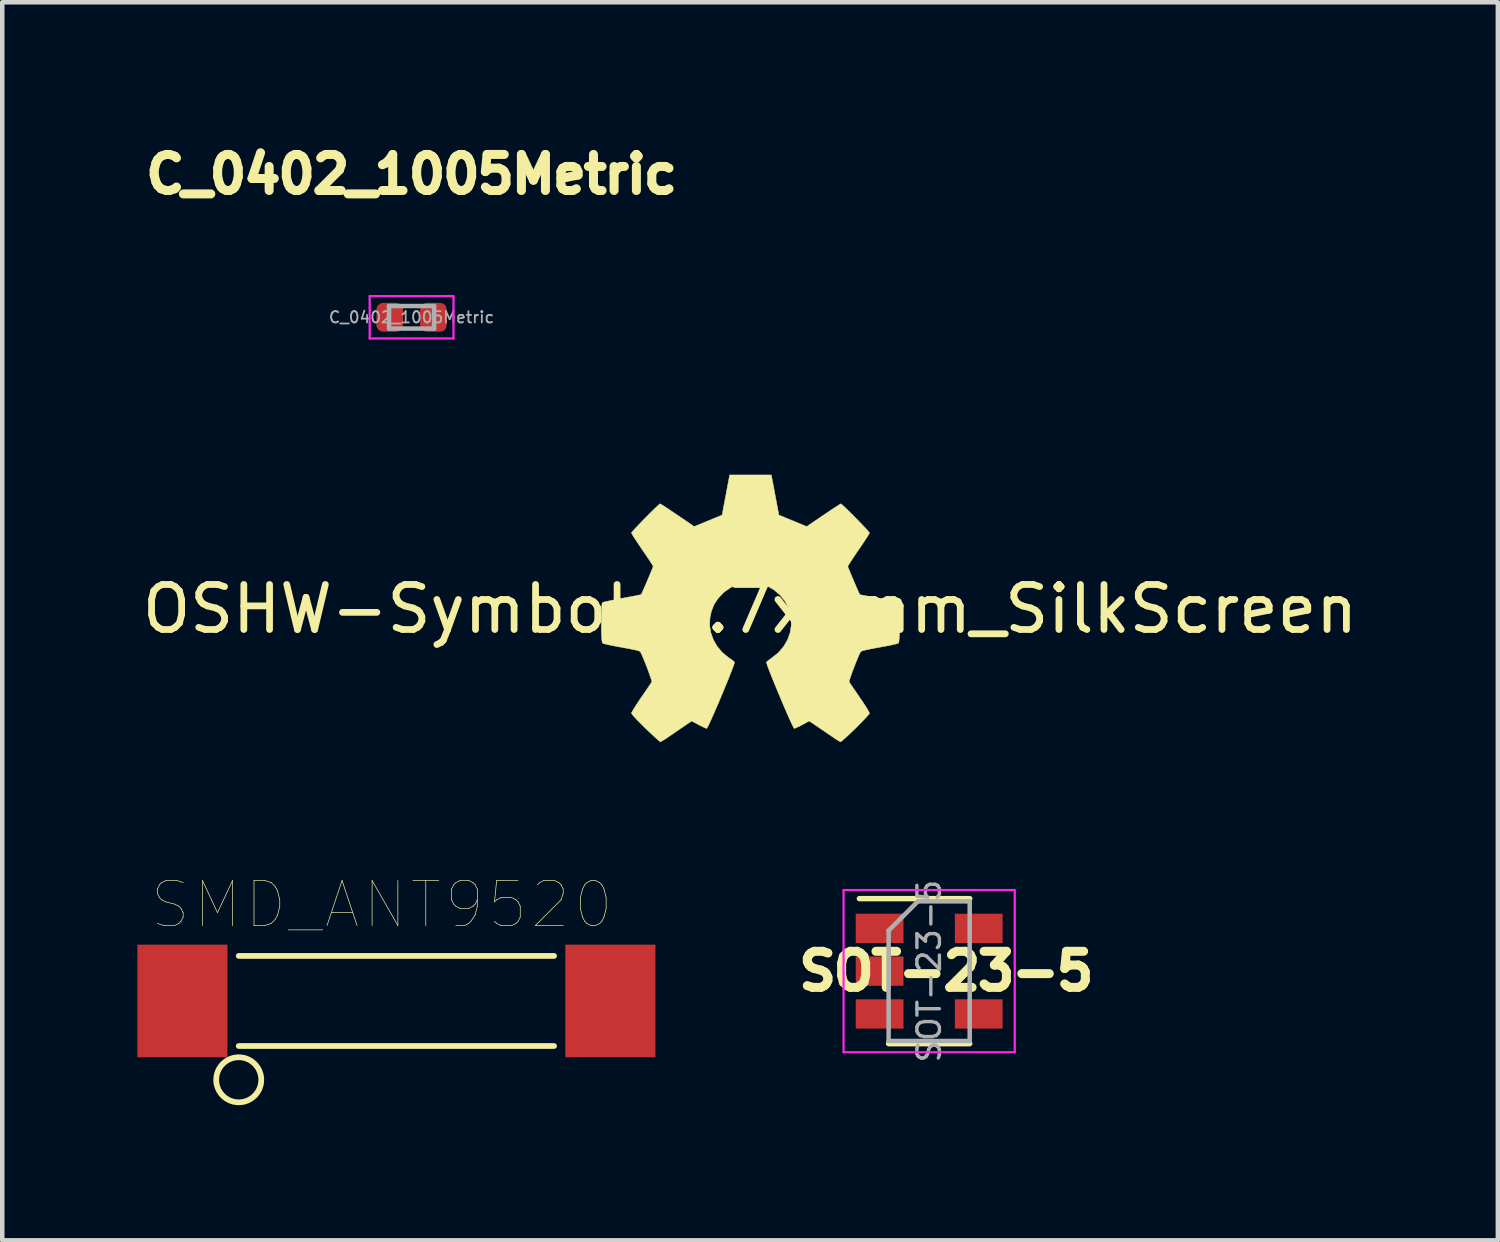
<source format=kicad_pcb>
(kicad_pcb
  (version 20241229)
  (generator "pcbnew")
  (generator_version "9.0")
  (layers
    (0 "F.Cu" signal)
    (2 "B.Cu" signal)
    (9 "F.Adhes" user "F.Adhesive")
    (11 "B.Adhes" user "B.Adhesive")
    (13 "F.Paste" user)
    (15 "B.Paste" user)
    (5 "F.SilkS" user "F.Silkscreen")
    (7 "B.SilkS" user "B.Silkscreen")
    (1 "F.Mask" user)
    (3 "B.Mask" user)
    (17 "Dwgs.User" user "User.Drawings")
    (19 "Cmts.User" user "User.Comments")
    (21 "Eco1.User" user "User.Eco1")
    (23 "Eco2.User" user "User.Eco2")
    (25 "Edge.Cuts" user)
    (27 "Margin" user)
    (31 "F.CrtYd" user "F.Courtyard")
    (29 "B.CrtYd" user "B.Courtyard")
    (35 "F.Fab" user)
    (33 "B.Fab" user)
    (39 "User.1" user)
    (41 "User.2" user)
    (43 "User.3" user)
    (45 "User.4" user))
  (footprint "SOT-23-5"
    (layer "F.Cu")
    (at 17.577 18.509)
    (property "Reference" "SOT-23-5" (at 0.381 0 180) (layer "F.SilkS") (effects (font (size 0.8 0.8) (thickness 0.2))))
    (attr smd)
    (fp_line (start -0.9 1.61) (end 0.9 1.61) (stroke (width 0.12) (type solid)) (layer "F.SilkS"))
    (fp_line (start 0.9 -1.61) (end -1.55 -1.61) (stroke (width 0.12) (type solid)) (layer "F.SilkS"))
    (fp_line (start -1.9 -1.8) (end 1.9 -1.8) (stroke (width 0.05) (type solid)) (layer "F.CrtYd"))
    (fp_line (start -1.9 1.8) (end -1.9 -1.8) (stroke (width 0.05) (type solid)) (layer "F.CrtYd"))
    (fp_line (start 1.9 -1.8) (end 1.9 1.8) (stroke (width 0.05) (type solid)) (layer "F.CrtYd"))
    (fp_line (start 1.9 1.8) (end -1.9 1.8) (stroke (width 0.05) (type solid)) (layer "F.CrtYd"))
    (fp_line (start -0.9 -0.9) (end -0.9 1.55) (stroke (width 0.1) (type solid)) (layer "F.Fab"))
    (fp_line (start -0.9 -0.9) (end -0.25 -1.55) (stroke (width 0.1) (type solid)) (layer "F.Fab"))
    (fp_line (start 0.9 -1.55) (end -0.25 -1.55) (stroke (width 0.1) (type solid)) (layer "F.Fab"))
    (fp_line (start 0.9 -1.55) (end 0.9 1.55) (stroke (width 0.1) (type solid)) (layer "F.Fab"))
    (fp_line (start 0.9 1.55) (end -0.9 1.55) (stroke (width 0.1) (type solid)) (layer "F.Fab"))
    (fp_text user "${REFERENCE}" (at 0 0 270) (layer "F.Fab") (effects (font (size 0.5 0.5) (thickness 0.075))))
    (pad "1" smd rect (at -1.1 -0.95) (size 1.06 0.65) (layers "F.Cu" "F.Mask" "F.Paste"))
    (pad "2" smd rect (at -1.1 0) (size 1.06 0.65) (layers "F.Cu" "F.Mask" "F.Paste"))
    (pad "3" smd rect (at -1.1 0.95) (size 1.06 0.65) (layers "F.Cu" "F.Mask" "F.Paste"))
    (pad "4" smd rect (at 1.1 0.95) (size 1.06 0.65) (layers "F.Cu" "F.Mask" "F.Paste"))
    (pad "5" smd rect (at 1.1 -0.95) (size 1.06 0.65) (layers "F.Cu" "F.Mask" "F.Paste")))
  (footprint "C_0402_1005Metric"
    (layer "F.Cu")
    (at 6.087 3.994)
    (property "Reference" "C_0402_1005Metric" (at 0 -3.175 180) (layer "F.SilkS") (effects (font (size 0.8 0.8) (thickness 0.2))))
    (attr smd)
    (fp_line (start -0.93 -0.47) (end 0.93 -0.47) (stroke (width 0.05) (type solid)) (layer "F.CrtYd"))
    (fp_line (start -0.93 0.47) (end -0.93 -0.47) (stroke (width 0.05) (type solid)) (layer "F.CrtYd"))
    (fp_line (start 0.93 -0.47) (end 0.93 0.47) (stroke (width 0.05) (type solid)) (layer "F.CrtYd"))
    (fp_line (start 0.93 0.47) (end -0.93 0.47) (stroke (width 0.05) (type solid)) (layer "F.CrtYd"))
    (fp_line (start -0.5 -0.25) (end 0.5 -0.25) (stroke (width 0.1) (type solid)) (layer "F.Fab"))
    (fp_line (start -0.5 0.25) (end -0.5 -0.25) (stroke (width 0.1) (type solid)) (layer "F.Fab"))
    (fp_line (start 0.5 -0.25) (end 0.5 0.25) (stroke (width 0.1) (type solid)) (layer "F.Fab"))
    (fp_line (start 0.5 0.25) (end -0.5 0.25) (stroke (width 0.1) (type solid)) (layer "F.Fab"))
    (fp_text user "${REFERENCE}" (at 0 0 0) (layer "F.Fab") (effects (font (size 0.25 0.25) (thickness 0.04))))
    (pad "1" smd roundrect (at -0.485 0) (size 0.59 0.64) (layers "F.Cu" "F.Mask" "F.Paste") (roundrect_rratio 0.25))
    (pad "2" smd roundrect (at 0.485 0) (size 0.59 0.64) (layers "F.Cu" "F.Mask" "F.Paste") (roundrect_rratio 0.25)))
  (footprint "SMD_ANT9520"
    (layer "F.Cu")
    (at 5.75 19.171)
    (property "Reference" "SMD_ANT9520" (at -0.325 -2.136 0) (layer "F.SilkS") (effects (font (size 1.001 1.001) (thickness 0.015))))
    (attr through_hole)
    (fp_line (start -3.5 -1) (end 3.5 -1) (stroke (width 0.127) (type solid)) (layer "F.SilkS"))
    (fp_line (start 3.5 1) (end -3.5 1) (stroke (width 0.127) (type solid)) (layer "F.SilkS"))
    (fp_circle (center -3.5 1.75) (end -3 1.75) (stroke (width 0.127) (type solid)) (fill no) (layer "F.SilkS"))
    (pad "1" smd rect (at -4.75 0) (size 2 2.5) (layers "F.Cu" "F.Mask" "F.Paste"))
    (pad "2" smd rect (at 4.75 0) (size 2 2.5) (layers "F.Cu" "F.Mask" "F.Paste")))
  (footprint "OSHW-Symbol_6.7x6mm_SilkScreen"
    (layer "F.Cu")
    (at 13.601 10.47)
    (property "Reference" "OSHW-Symbol_6.7x6mm_SilkScreen" (at 0 0 180) (layer "F.SilkS") (effects (font (size 1 1) (thickness 0.15))))
    (attr exclude_from_pos_files exclude_from_bom)
    (fp_poly (pts (xy 0.556 -2.531) (xy 0.64 -2.086) (xy 0.949 -1.959) (xy 1.258 -1.831) (xy 1.629 -2.084) (xy 1.733 -2.154) (xy 1.827 -2.217) (xy 1.907 -2.269) (xy 1.967 -2.308) (xy 2.005 -2.331) (xy 2.015 -2.336) (xy 2.034 -2.323) (xy 2.073 -2.288) (xy 2.13 -2.235) (xy 2.198 -2.168) (xy 2.274 -2.093) (xy 2.353 -2.013) (xy 2.431 -1.932) (xy 2.504 -1.857) (xy 2.567 -1.79) (xy 2.615 -1.737) (xy 2.644 -1.702) (xy 2.651 -1.69) (xy 2.641 -1.669) (xy 2.613 -1.621) (xy 2.569 -1.553) (xy 2.513 -1.468) (xy 2.448 -1.371) (xy 2.41 -1.316) (xy 2.341 -1.215) (xy 2.28 -1.124) (xy 2.23 -1.047) (xy 2.193 -0.989) (xy 2.172 -0.955) (xy 2.169 -0.948) (xy 2.176 -0.927) (xy 2.195 -0.879) (xy 2.223 -0.811) (xy 2.257 -0.729) (xy 2.295 -0.64) (xy 2.333 -0.55) (xy 2.369 -0.467) (xy 2.4 -0.396) (xy 2.423 -0.346) (xy 2.435 -0.322) (xy 2.436 -0.321) (xy 2.455 -0.316) (xy 2.505 -0.306) (xy 2.581 -0.291) (xy 2.678 -0.272) (xy 2.791 -0.251) (xy 2.856 -0.239) (xy 2.977 -0.216) (xy 3.086 -0.194) (xy 3.177 -0.174) (xy 3.246 -0.158) (xy 3.287 -0.147) (xy 3.296 -0.143) (xy 3.304 -0.119) (xy 3.31 -0.064) (xy 3.315 0.015) (xy 3.318 0.112) (xy 3.32 0.22) (xy 3.321 0.333) (xy 3.319 0.445) (xy 3.317 0.549) (xy 3.312 0.638) (xy 3.307 0.707) (xy 3.299 0.748) (xy 3.295 0.757) (xy 3.269 0.767) (xy 3.213 0.782) (xy 3.136 0.799) (xy 3.044 0.818) (xy 3.012 0.824) (xy 2.858 0.852) (xy 2.735 0.875) (xy 2.642 0.893) (xy 2.572 0.908) (xy 2.523 0.919) (xy 2.491 0.929) (xy 2.471 0.938) (xy 2.459 0.947) (xy 2.457 0.948) (xy 2.44 0.976) (xy 2.415 1.031) (xy 2.383 1.105) (xy 2.347 1.192) (xy 2.311 1.286) (xy 2.275 1.379) (xy 2.244 1.466) (xy 2.219 1.539) (xy 2.203 1.592) (xy 2.199 1.618) (xy 2.2 1.619) (xy 2.214 1.64) (xy 2.245 1.687) (xy 2.291 1.755) (xy 2.349 1.838) (xy 2.413 1.933) (xy 2.432 1.96) (xy 2.498 2.057) (xy 2.556 2.146) (xy 2.603 2.221) (xy 2.635 2.278) (xy 2.651 2.311) (xy 2.651 2.315) (xy 2.638 2.336) (xy 2.603 2.377) (xy 2.549 2.435) (xy 2.482 2.505) (xy 2.406 2.582) (xy 2.326 2.662) (xy 2.245 2.74) (xy 2.17 2.811) (xy 2.103 2.872) (xy 2.051 2.918) (xy 2.017 2.944) (xy 2.008 2.948) (xy 1.986 2.938) (xy 1.941 2.911) (xy 1.88 2.872) (xy 1.834 2.84) (xy 1.749 2.782) (xy 1.65 2.714) (xy 1.549 2.646) (xy 1.496 2.609) (xy 1.313 2.486) (xy 1.16 2.569) (xy 1.091 2.605) (xy 1.031 2.633) (xy 0.991 2.649) (xy 0.981 2.651) (xy 0.969 2.635) (xy 0.945 2.588) (xy 0.91 2.516) (xy 0.868 2.422) (xy 0.818 2.31) (xy 0.764 2.186) (xy 0.708 2.053) (xy 0.65 1.916) (xy 0.593 1.779) (xy 0.538 1.646) (xy 0.488 1.522) (xy 0.443 1.411) (xy 0.407 1.317) (xy 0.381 1.244) (xy 0.366 1.197) (xy 0.363 1.181) (xy 0.382 1.16) (xy 0.424 1.127) (xy 0.48 1.088) (xy 0.484 1.085) (xy 0.628 0.969) (xy 0.744 0.835) (xy 0.831 0.686) (xy 0.889 0.526) (xy 0.915 0.36) (xy 0.91 0.192) (xy 0.871 0.026) (xy 0.799 -0.134) (xy 0.778 -0.169) (xy 0.667 -0.309) (xy 0.536 -0.422) (xy 0.39 -0.507) (xy 0.233 -0.563) (xy 0.069 -0.589) (xy -0.097 -0.585) (xy -0.26 -0.551) (xy -0.416 -0.485) (xy -0.56 -0.388) (xy -0.605 -0.348) (xy -0.719 -0.224) (xy -0.802 -0.094) (xy -0.859 0.052) (xy -0.89 0.197) (xy -0.898 0.36) (xy -0.872 0.523) (xy -0.815 0.682) (xy -0.729 0.831) (xy -0.617 0.964) (xy -0.482 1.075) (xy -0.464 1.087) (xy -0.408 1.126) (xy -0.365 1.159) (xy -0.345 1.18) (xy -0.344 1.181) (xy -0.349 1.204) (xy -0.366 1.256) (xy -0.395 1.333) (xy -0.433 1.431) (xy -0.478 1.545) (xy -0.53 1.672) (xy -0.585 1.806) (xy -0.643 1.943) (xy -0.7 2.08) (xy -0.757 2.211) (xy -0.81 2.333) (xy -0.858 2.441) (xy -0.899 2.532) (xy -0.932 2.599) (xy -0.954 2.64) (xy -0.963 2.651) (xy -0.99 2.643) (xy -1.04 2.62) (xy -1.106 2.588) (xy -1.142 2.569) (xy -1.295 2.486) (xy -1.477 2.609) (xy -1.57 2.672) (xy -1.672 2.742) (xy -1.767 2.807) (xy -1.815 2.84) (xy -1.882 2.885) (xy -1.939 2.921) (xy -1.979 2.943) (xy -1.991 2.948) (xy -2.01 2.935) (xy -2.051 2.9) (xy -2.11 2.847) (xy -2.185 2.778) (xy -2.269 2.698) (xy -2.323 2.646) (xy -2.416 2.554) (xy -2.497 2.472) (xy -2.562 2.403) (xy -2.608 2.351) (xy -2.631 2.319) (xy -2.633 2.312) (xy -2.623 2.287) (xy -2.594 2.237) (xy -2.551 2.167) (xy -2.496 2.082) (xy -2.432 1.986) (xy -2.413 1.96) (xy -2.347 1.863) (xy -2.287 1.776) (xy -2.238 1.704) (xy -2.202 1.65) (xy -2.183 1.622) (xy -2.181 1.619) (xy -2.184 1.596) (xy -2.199 1.545) (xy -2.223 1.474) (xy -2.253 1.389) (xy -2.288 1.296) (xy -2.325 1.202) (xy -2.361 1.113) (xy -2.393 1.038) (xy -2.419 0.981) (xy -2.437 0.95) (xy -2.438 0.948) (xy -2.449 0.94) (xy -2.468 0.931) (xy -2.498 0.921) (xy -2.543 0.91) (xy -2.608 0.896) (xy -2.697 0.879) (xy -2.813 0.857) (xy -2.962 0.83) (xy -2.994 0.824) (xy -3.089 0.805) (xy -3.172 0.787) (xy -3.235 0.772) (xy -3.271 0.76) (xy -3.276 0.757) (xy -3.284 0.732) (xy -3.291 0.677) (xy -3.296 0.597) (xy -3.3 0.5) (xy -3.302 0.392) (xy -3.302 0.279) (xy -3.301 0.167) (xy -3.298 0.064) (xy -3.294 -0.026) (xy -3.289 -0.094) (xy -3.281 -0.135) (xy -3.277 -0.143) (xy -3.253 -0.152) (xy -3.197 -0.166) (xy -3.117 -0.183) (xy -3.016 -0.204) (xy -2.901 -0.227) (xy -2.838 -0.239) (xy -2.719 -0.261) (xy -2.613 -0.281) (xy -2.524 -0.298) (xy -2.46 -0.311) (xy -2.423 -0.319) (xy -2.417 -0.321) (xy -2.407 -0.34) (xy -2.386 -0.387) (xy -2.356 -0.455) (xy -2.32 -0.537) (xy -2.282 -0.626) (xy -2.244 -0.716) (xy -2.209 -0.8) (xy -2.18 -0.871) (xy -2.16 -0.922) (xy -2.151 -0.948) (xy -2.151 -0.949) (xy -2.161 -0.968) (xy -2.189 -1.014) (xy -2.233 -1.081) (xy -2.289 -1.165) (xy -2.354 -1.261) (xy -2.392 -1.316) (xy -2.461 -1.418) (xy -2.522 -1.509) (xy -2.573 -1.587) (xy -2.61 -1.647) (xy -2.63 -1.683) (xy -2.633 -1.691) (xy -2.62 -1.709) (xy -2.585 -1.75) (xy -2.533 -1.807) (xy -2.467 -1.876) (xy -2.393 -1.953) (xy -2.314 -2.033) (xy -2.235 -2.113) (xy -2.16 -2.187) (xy -2.095 -2.25) (xy -2.043 -2.299) (xy -2.008 -2.329) (xy -1.996 -2.336) (xy -1.978 -2.326) (xy -1.933 -2.298) (xy -1.866 -2.255) (xy -1.781 -2.199) (xy -1.684 -2.133) (xy -1.611 -2.084) (xy -1.24 -1.831) (xy -0.621 -2.086) (xy -0.537 -2.531) (xy -0.453 -2.976) (xy 0.472 -2.976) (xy 0.556 -2.531)) (stroke (width 0.01) (type solid)) (fill yes) (layer "F.SilkS")))
  (gr_rect
    (start -3 -3)
    (end 30.202 24.484)
    (stroke (width 0.1) (type default))
    (fill no)
    (layer "Edge.Cuts")))
</source>
